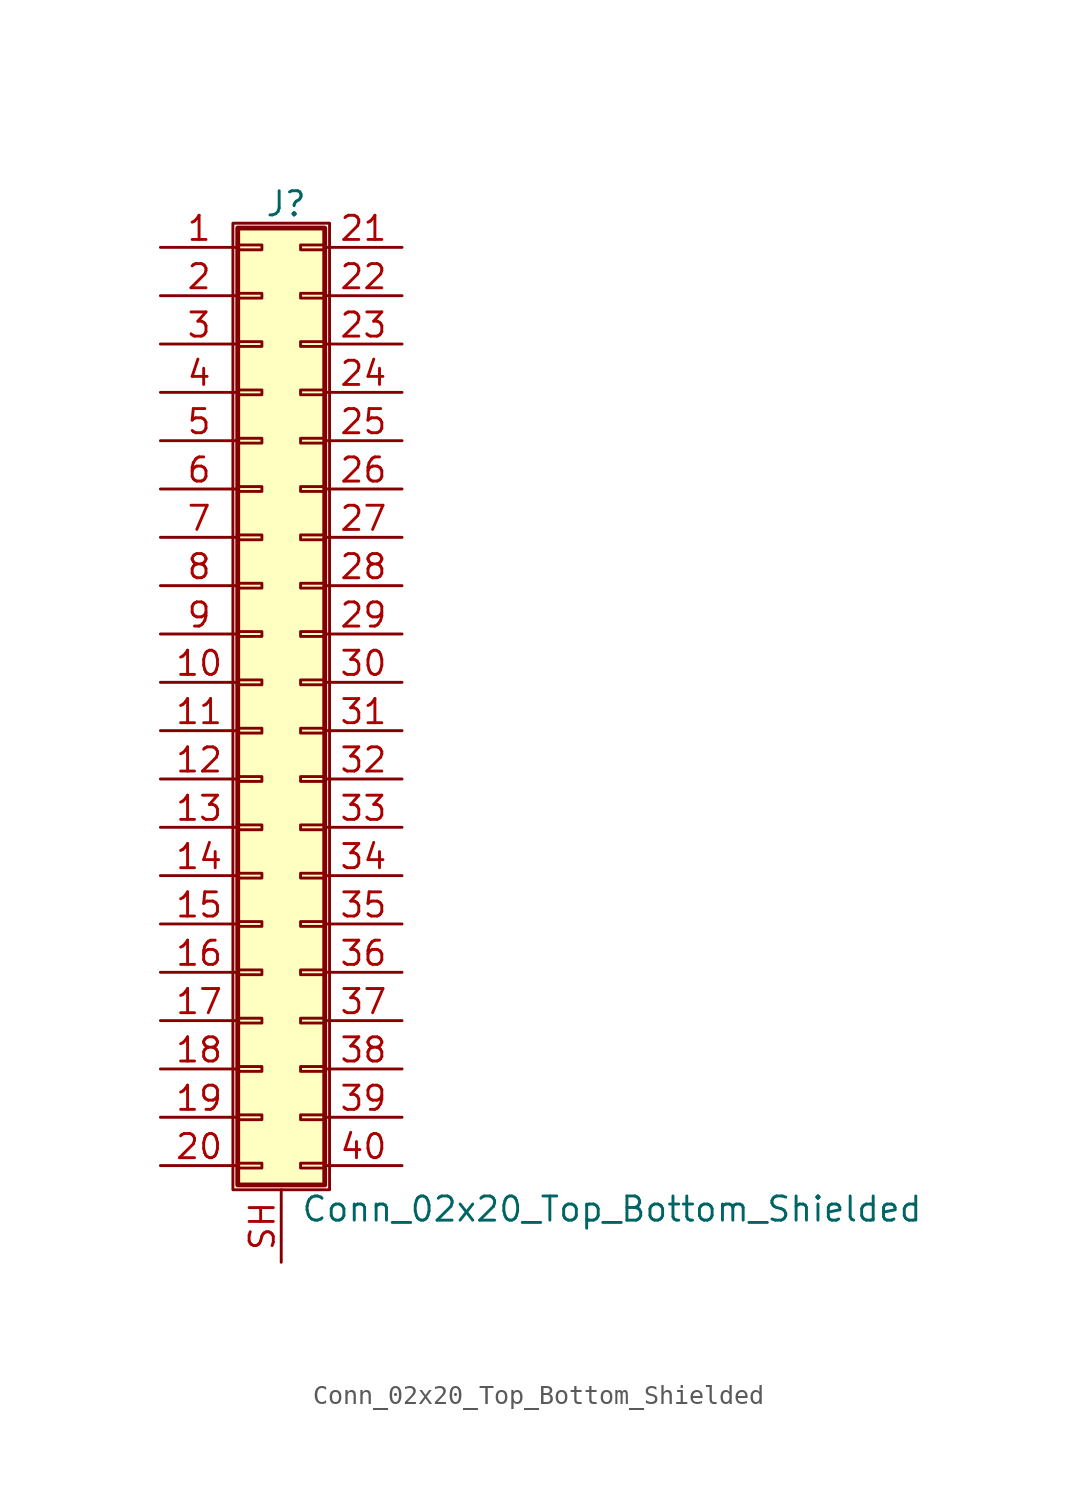
<source format=kicad_sym>
(kicad_symbol_lib
  (version 20201005)
  (generator kicad_symbol_editor)
  (symbol "Conn_02x20_Top_Bottom_Shielded"
    (pin_names
      (offset 1.016) hide)
    (property "Reference" "J"
      (at 1.524 25.146 0)
      (effects (font (size 1.27 1.27))))
    (property "Value" "Conn_02x20_Top_Bottom_Shielded"
      (at 2.286 -27.686 0)
      (effects (font (size 1.27 1.27)) (justify left)))
    (symbol "Conn_02x20_Top_Bottom_Shielded_1_1"
      (rectangle (start -1.27 24.13) (end 3.81 -26.67) (stroke (width 0.152)) (fill (type none)))
      (rectangle (start -1.016 -25.273) (end 0.254 -25.527) (stroke (width 0.152)) (fill (type none)))
      (rectangle (start -1.016 -22.733) (end 0.254 -22.987) (stroke (width 0.152)) (fill (type none)))
      (rectangle (start -1.016 -20.193) (end 0.254 -20.447) (stroke (width 0.152)) (fill (type none)))
      (rectangle (start -1.016 -17.653) (end 0.254 -17.907) (stroke (width 0.152)) (fill (type none)))
      (rectangle (start -1.016 -15.113) (end 0.254 -15.367) (stroke (width 0.152)) (fill (type none)))
      (rectangle (start -1.016 -12.573) (end 0.254 -12.827) (stroke (width 0.152)) (fill (type none)))
      (rectangle (start -1.016 -10.033) (end 0.254 -10.287) (stroke (width 0.152)) (fill (type none)))
      (rectangle (start -1.016 -7.493) (end 0.254 -7.747) (stroke (width 0.152)) (fill (type none)))
      (rectangle (start -1.016 -4.953) (end 0.254 -5.207) (stroke (width 0.152)) (fill (type none)))
      (rectangle (start -1.016 -2.413) (end 0.254 -2.667) (stroke (width 0.152)) (fill (type none)))
      (rectangle (start -1.016 0.127) (end 0.254 -0.127) (stroke (width 0.152)) (fill (type none)))
      (rectangle (start -1.016 2.667) (end 0.254 2.413) (stroke (width 0.152)) (fill (type none)))
      (rectangle (start -1.016 5.207) (end 0.254 4.953) (stroke (width 0.152)) (fill (type none)))
      (rectangle (start -1.016 7.747) (end 0.254 7.493) (stroke (width 0.152)) (fill (type none)))
      (rectangle (start -1.016 10.287) (end 0.254 10.033) (stroke (width 0.152)) (fill (type none)))
      (rectangle (start -1.016 12.827) (end 0.254 12.573) (stroke (width 0.152)) (fill (type none)))
      (rectangle (start -1.016 15.367) (end 0.254 15.113) (stroke (width 0.152)) (fill (type none)))
      (rectangle (start -1.016 17.907) (end 0.254 17.653) (stroke (width 0.152)) (fill (type none)))
      (rectangle (start -1.016 20.447) (end 0.254 20.193) (stroke (width 0.152)) (fill (type none)))
      (rectangle (start -1.016 22.987) (end 0.254 22.733) (stroke (width 0.152)) (fill (type none)))
      (rectangle (start -1.016 23.876) (end 3.556 -26.416) (stroke (width 0.254)) (fill (type background)))
      (rectangle (start 3.556 -25.273) (end 2.286 -25.527) (stroke (width 0.152)) (fill (type none)))
      (rectangle (start 3.556 -22.733) (end 2.286 -22.987) (stroke (width 0.152)) (fill (type none)))
      (rectangle (start 3.556 -20.193) (end 2.286 -20.447) (stroke (width 0.152)) (fill (type none)))
      (rectangle (start 3.556 -17.653) (end 2.286 -17.907) (stroke (width 0.152)) (fill (type none)))
      (rectangle (start 3.556 -15.113) (end 2.286 -15.367) (stroke (width 0.152)) (fill (type none)))
      (rectangle (start 3.556 -12.573) (end 2.286 -12.827) (stroke (width 0.152)) (fill (type none)))
      (rectangle (start 3.556 -10.033) (end 2.286 -10.287) (stroke (width 0.152)) (fill (type none)))
      (rectangle (start 3.556 -7.493) (end 2.286 -7.747) (stroke (width 0.152)) (fill (type none)))
      (rectangle (start 3.556 -4.953) (end 2.286 -5.207) (stroke (width 0.152)) (fill (type none)))
      (rectangle (start 3.556 -2.413) (end 2.286 -2.667) (stroke (width 0.152)) (fill (type none)))
      (rectangle (start 3.556 0.127) (end 2.286 -0.127) (stroke (width 0.152)) (fill (type none)))
      (rectangle (start 3.556 2.667) (end 2.286 2.413) (stroke (width 0.152)) (fill (type none)))
      (rectangle (start 3.556 5.207) (end 2.286 4.953) (stroke (width 0.152)) (fill (type none)))
      (rectangle (start 3.556 7.747) (end 2.286 7.493) (stroke (width 0.152)) (fill (type none)))
      (rectangle (start 3.556 10.287) (end 2.286 10.033) (stroke (width 0.152)) (fill (type none)))
      (rectangle (start 3.556 12.827) (end 2.286 12.573) (stroke (width 0.152)) (fill (type none)))
      (rectangle (start 3.556 15.367) (end 2.286 15.113) (stroke (width 0.152)) (fill (type none)))
      (rectangle (start 3.556 17.907) (end 2.286 17.653) (stroke (width 0.152)) (fill (type none)))
      (rectangle (start 3.556 20.447) (end 2.286 20.193) (stroke (width 0.152)) (fill (type none)))
      (rectangle (start 3.556 22.987) (end 2.286 22.733) (stroke (width 0.152)) (fill (type none)))
      (pin passive line (at -5.08 22.86 0) (length 4.064) (name "Pin_1" (effects (font (size 1.27 1.27)))) (number "1" (effects (font (size 1.27 1.27)))))
      (pin passive line (at -5.08 0 0) (length 4.064) (name "Pin_10" (effects (font (size 1.27 1.27)))) (number "10" (effects (font (size 1.27 1.27)))))
      (pin passive line (at -5.08 -2.54 0) (length 4.064) (name "Pin_11" (effects (font (size 1.27 1.27)))) (number "11" (effects (font (size 1.27 1.27)))))
      (pin passive line (at -5.08 -5.08 0) (length 4.064) (name "Pin_12" (effects (font (size 1.27 1.27)))) (number "12" (effects (font (size 1.27 1.27)))))
      (pin passive line (at -5.08 -7.62 0) (length 4.064) (name "Pin_13" (effects (font (size 1.27 1.27)))) (number "13" (effects (font (size 1.27 1.27)))))
      (pin passive line (at -5.08 -10.16 0) (length 4.064) (name "Pin_14" (effects (font (size 1.27 1.27)))) (number "14" (effects (font (size 1.27 1.27)))))
      (pin passive line (at -5.08 -12.7 0) (length 4.064) (name "Pin_15" (effects (font (size 1.27 1.27)))) (number "15" (effects (font (size 1.27 1.27)))))
      (pin passive line (at -5.08 -15.24 0) (length 4.064) (name "Pin_16" (effects (font (size 1.27 1.27)))) (number "16" (effects (font (size 1.27 1.27)))))
      (pin passive line (at -5.08 -17.78 0) (length 4.064) (name "Pin_17" (effects (font (size 1.27 1.27)))) (number "17" (effects (font (size 1.27 1.27)))))
      (pin passive line (at -5.08 -20.32 0) (length 4.064) (name "Pin_18" (effects (font (size 1.27 1.27)))) (number "18" (effects (font (size 1.27 1.27)))))
      (pin passive line (at -5.08 -22.86 0) (length 4.064) (name "Pin_19" (effects (font (size 1.27 1.27)))) (number "19" (effects (font (size 1.27 1.27)))))
      (pin passive line (at -5.08 20.32 0) (length 4.064) (name "Pin_2" (effects (font (size 1.27 1.27)))) (number "2" (effects (font (size 1.27 1.27)))))
      (pin passive line (at -5.08 -25.4 0) (length 4.064) (name "Pin_20" (effects (font (size 1.27 1.27)))) (number "20" (effects (font (size 1.27 1.27)))))
      (pin passive line (at 7.62 22.86 180) (length 4.064) (name "Pin_21" (effects (font (size 1.27 1.27)))) (number "21" (effects (font (size 1.27 1.27)))))
      (pin passive line (at 7.62 20.32 180) (length 4.064) (name "Pin_22" (effects (font (size 1.27 1.27)))) (number "22" (effects (font (size 1.27 1.27)))))
      (pin passive line (at 7.62 17.78 180) (length 4.064) (name "Pin_23" (effects (font (size 1.27 1.27)))) (number "23" (effects (font (size 1.27 1.27)))))
      (pin passive line (at 7.62 15.24 180) (length 4.064) (name "Pin_24" (effects (font (size 1.27 1.27)))) (number "24" (effects (font (size 1.27 1.27)))))
      (pin passive line (at 7.62 12.7 180) (length 4.064) (name "Pin_25" (effects (font (size 1.27 1.27)))) (number "25" (effects (font (size 1.27 1.27)))))
      (pin passive line (at 7.62 10.16 180) (length 4.064) (name "Pin_26" (effects (font (size 1.27 1.27)))) (number "26" (effects (font (size 1.27 1.27)))))
      (pin passive line (at 7.62 7.62 180) (length 4.064) (name "Pin_27" (effects (font (size 1.27 1.27)))) (number "27" (effects (font (size 1.27 1.27)))))
      (pin passive line (at 7.62 5.08 180) (length 4.064) (name "Pin_28" (effects (font (size 1.27 1.27)))) (number "28" (effects (font (size 1.27 1.27)))))
      (pin passive line (at 7.62 2.54 180) (length 4.064) (name "Pin_29" (effects (font (size 1.27 1.27)))) (number "29" (effects (font (size 1.27 1.27)))))
      (pin passive line (at -5.08 17.78 0) (length 4.064) (name "Pin_3" (effects (font (size 1.27 1.27)))) (number "3" (effects (font (size 1.27 1.27)))))
      (pin passive line (at 7.62 0 180) (length 4.064) (name "Pin_30" (effects (font (size 1.27 1.27)))) (number "30" (effects (font (size 1.27 1.27)))))
      (pin passive line (at 7.62 -2.54 180) (length 4.064) (name "Pin_31" (effects (font (size 1.27 1.27)))) (number "31" (effects (font (size 1.27 1.27)))))
      (pin passive line (at 7.62 -5.08 180) (length 4.064) (name "Pin_32" (effects (font (size 1.27 1.27)))) (number "32" (effects (font (size 1.27 1.27)))))
      (pin passive line (at 7.62 -7.62 180) (length 4.064) (name "Pin_33" (effects (font (size 1.27 1.27)))) (number "33" (effects (font (size 1.27 1.27)))))
      (pin passive line (at 7.62 -10.16 180) (length 4.064) (name "Pin_34" (effects (font (size 1.27 1.27)))) (number "34" (effects (font (size 1.27 1.27)))))
      (pin passive line (at 7.62 -12.7 180) (length 4.064) (name "Pin_35" (effects (font (size 1.27 1.27)))) (number "35" (effects (font (size 1.27 1.27)))))
      (pin passive line (at 7.62 -15.24 180) (length 4.064) (name "Pin_36" (effects (font (size 1.27 1.27)))) (number "36" (effects (font (size 1.27 1.27)))))
      (pin passive line (at 7.62 -17.78 180) (length 4.064) (name "Pin_37" (effects (font (size 1.27 1.27)))) (number "37" (effects (font (size 1.27 1.27)))))
      (pin passive line (at 7.62 -20.32 180) (length 4.064) (name "Pin_38" (effects (font (size 1.27 1.27)))) (number "38" (effects (font (size 1.27 1.27)))))
      (pin passive line (at 7.62 -22.86 180) (length 4.064) (name "Pin_39" (effects (font (size 1.27 1.27)))) (number "39" (effects (font (size 1.27 1.27)))))
      (pin passive line (at -5.08 15.24 0) (length 4.064) (name "Pin_4" (effects (font (size 1.27 1.27)))) (number "4" (effects (font (size 1.27 1.27)))))
      (pin passive line (at 7.62 -25.4 180) (length 4.064) (name "Pin_40" (effects (font (size 1.27 1.27)))) (number "40" (effects (font (size 1.27 1.27)))))
      (pin passive line (at -5.08 12.7 0) (length 4.064) (name "Pin_5" (effects (font (size 1.27 1.27)))) (number "5" (effects (font (size 1.27 1.27)))))
      (pin passive line (at -5.08 10.16 0) (length 4.064) (name "Pin_6" (effects (font (size 1.27 1.27)))) (number "6" (effects (font (size 1.27 1.27)))))
      (pin passive line (at -5.08 7.62 0) (length 4.064) (name "Pin_7" (effects (font (size 1.27 1.27)))) (number "7" (effects (font (size 1.27 1.27)))))
      (pin passive line (at -5.08 5.08 0) (length 4.064) (name "Pin_8" (effects (font (size 1.27 1.27)))) (number "8" (effects (font (size 1.27 1.27)))))
      (pin passive line (at -5.08 2.54 0) (length 4.064) (name "Pin_9" (effects (font (size 1.27 1.27)))) (number "9" (effects (font (size 1.27 1.27)))))
      (pin passive line (at 1.27 -30.48 90) (length 3.81) (name "Shield" (effects (font (size 1.27 1.27)))) (number "SH" (effects (font (size 1.27 1.27))))))))
</source>
